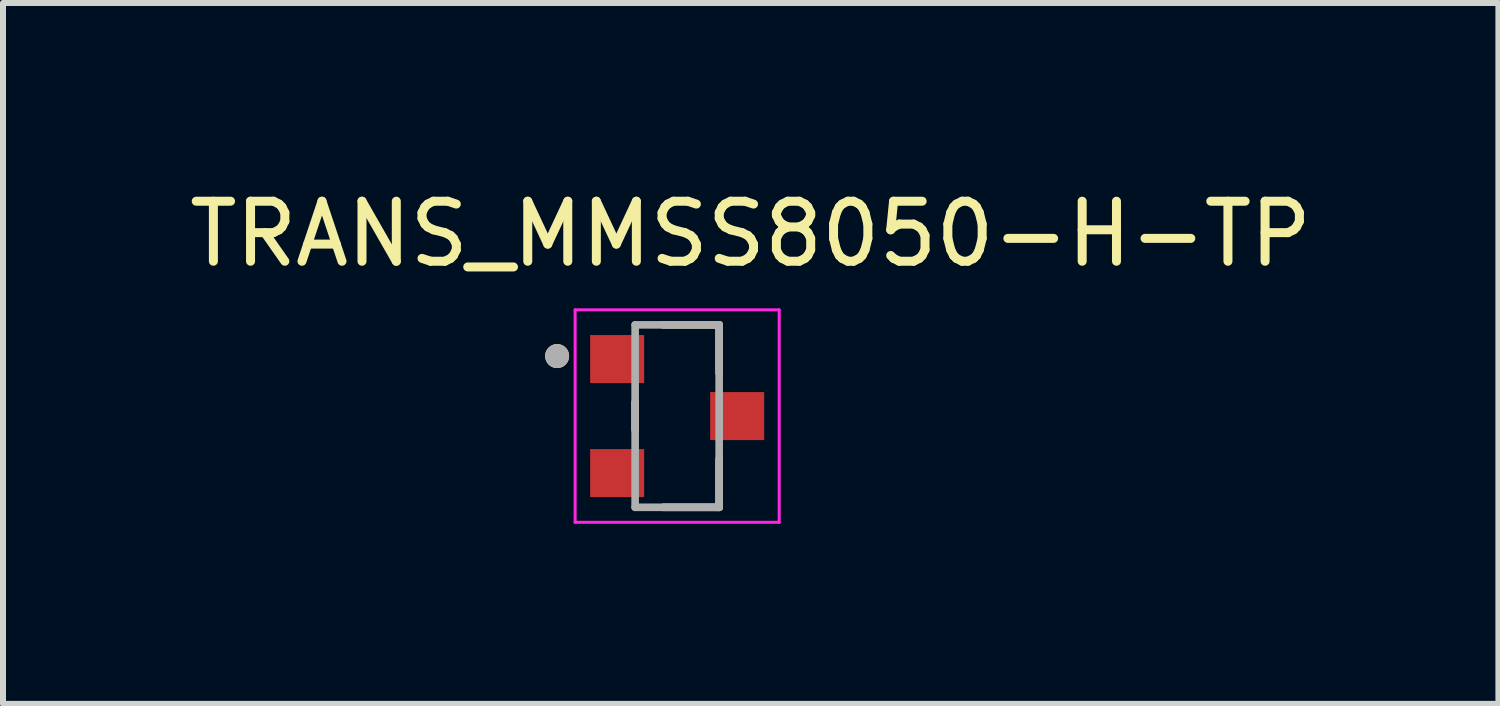
<source format=kicad_pcb>
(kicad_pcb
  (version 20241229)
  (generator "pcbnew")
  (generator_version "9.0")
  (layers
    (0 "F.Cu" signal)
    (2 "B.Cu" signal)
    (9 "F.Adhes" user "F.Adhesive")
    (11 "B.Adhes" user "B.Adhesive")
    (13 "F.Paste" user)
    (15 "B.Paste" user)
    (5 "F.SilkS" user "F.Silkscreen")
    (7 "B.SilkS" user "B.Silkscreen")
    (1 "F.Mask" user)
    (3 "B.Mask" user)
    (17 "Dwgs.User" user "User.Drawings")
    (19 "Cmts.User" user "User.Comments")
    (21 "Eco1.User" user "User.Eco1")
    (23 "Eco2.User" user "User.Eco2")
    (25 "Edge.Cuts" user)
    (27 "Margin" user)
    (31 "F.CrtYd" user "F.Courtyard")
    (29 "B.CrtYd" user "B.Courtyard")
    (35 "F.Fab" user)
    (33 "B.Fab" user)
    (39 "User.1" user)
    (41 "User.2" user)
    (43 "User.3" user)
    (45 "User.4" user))
  (footprint "TRANS_MMSS8050-H-TP"
    (layer "F.Cu")
    (at 8.233 3.883)
    (property "Reference" "TRANS_MMSS8050-H-TP" (at 1.225 -3.035 0) (layer "F.SilkS") (effects (font (size 1 1) (thickness 0.15))))
    (attr smd)
    (fp_line (start -0.7 0.23) (end -0.7 -0.23) (stroke (width 0.127) (type solid)) (layer "F.SilkS"))
    (fp_line (start -0.23 -1.52) (end 0.7 -1.52) (stroke (width 0.127) (type solid)) (layer "F.SilkS"))
    (fp_line (start -0.23 1.52) (end 0.7 1.52) (stroke (width 0.127) (type solid)) (layer "F.SilkS"))
    (fp_line (start 0.7 -1.52) (end 0.7 -0.72) (stroke (width 0.127) (type solid)) (layer "F.SilkS"))
    (fp_line (start 0.7 0.72) (end 0.7 1.52) (stroke (width 0.127) (type solid)) (layer "F.SilkS"))
    (fp_circle (center -2 -1) (end -1.9 -1) (stroke (width 0.2) (type solid)) (fill no) (layer "F.SilkS"))
    (fp_line (start -1.7 -1.77) (end 1.7 -1.77) (stroke (width 0.05) (type solid)) (layer "F.CrtYd"))
    (fp_line (start -1.7 1.77) (end -1.7 -1.77) (stroke (width 0.05) (type solid)) (layer "F.CrtYd"))
    (fp_line (start 1.7 -1.77) (end 1.7 1.77) (stroke (width 0.05) (type solid)) (layer "F.CrtYd"))
    (fp_line (start 1.7 1.77) (end -1.7 1.77) (stroke (width 0.05) (type solid)) (layer "F.CrtYd"))
    (fp_line (start -0.7 -1.52) (end 0.7 -1.52) (stroke (width 0.127) (type solid)) (layer "F.Fab"))
    (fp_line (start -0.7 1.52) (end -0.7 -1.52) (stroke (width 0.127) (type solid)) (layer "F.Fab"))
    (fp_line (start 0.7 -1.52) (end 0.7 1.52) (stroke (width 0.127) (type solid)) (layer "F.Fab"))
    (fp_line (start 0.7 1.52) (end -0.7 1.52) (stroke (width 0.127) (type solid)) (layer "F.Fab"))
    (fp_circle (center -2 -1) (end -1.9 -1) (stroke (width 0.2) (type solid)) (fill no) (layer "F.Fab"))
    (pad "1" smd rect (at -1 -0.95) (size 0.9 0.8) (layers "F.Cu" "F.Mask" "F.Paste"))
    (pad "2" smd rect (at -1 0.95) (size 0.9 0.8) (layers "F.Cu" "F.Mask" "F.Paste"))
    (pad "3" smd rect (at 1 0) (size 0.9 0.8) (layers "F.Cu" "F.Mask" "F.Paste")))
  (gr_rect
    (start -3 -3)
    (end 21.917 8.678)
    (stroke (width 0.1) (type default))
    (fill no)
    (layer "Edge.Cuts")))
</source>
